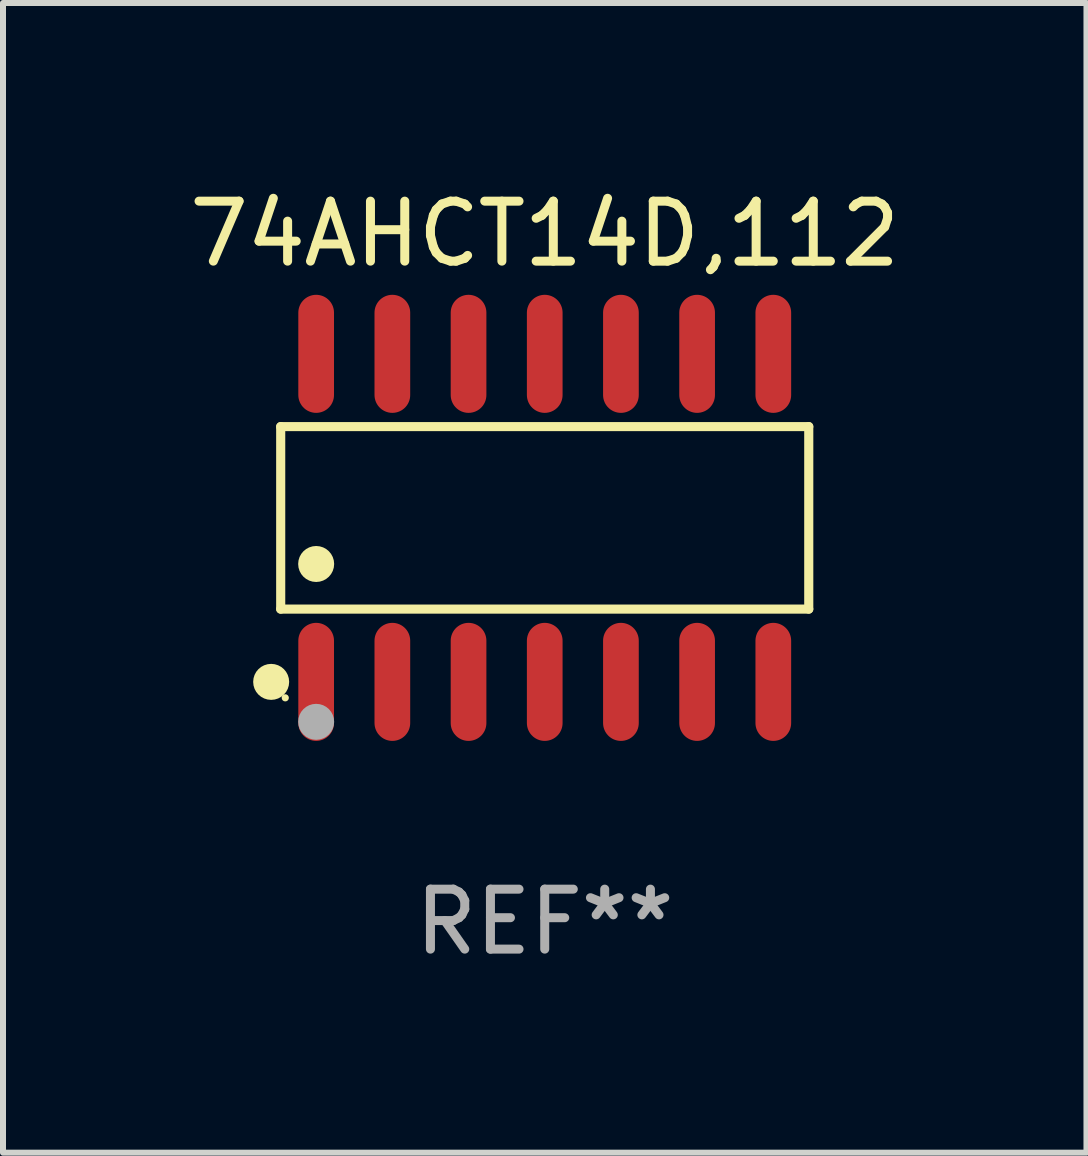
<source format=kicad_pcb>
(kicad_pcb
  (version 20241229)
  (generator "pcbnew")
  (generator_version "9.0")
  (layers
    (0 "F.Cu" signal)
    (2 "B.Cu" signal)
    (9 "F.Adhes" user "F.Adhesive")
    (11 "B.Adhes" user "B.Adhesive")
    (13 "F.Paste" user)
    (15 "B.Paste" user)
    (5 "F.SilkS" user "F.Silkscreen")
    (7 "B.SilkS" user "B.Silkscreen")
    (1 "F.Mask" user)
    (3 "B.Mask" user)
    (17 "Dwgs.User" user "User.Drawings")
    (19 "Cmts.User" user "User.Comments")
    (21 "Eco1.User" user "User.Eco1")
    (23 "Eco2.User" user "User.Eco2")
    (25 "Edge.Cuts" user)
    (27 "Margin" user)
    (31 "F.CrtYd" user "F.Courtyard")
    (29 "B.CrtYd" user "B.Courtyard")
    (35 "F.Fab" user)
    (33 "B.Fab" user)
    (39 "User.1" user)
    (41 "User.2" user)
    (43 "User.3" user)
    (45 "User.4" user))
  (footprint "74AHCT14D,112"
    (layer "F.Cu")
    (at 6.03 5.582)
    (property "Reference" "74AHCT14D,112" (at 0 -4.734 0) (layer "F.SilkS") (effects (font (size 1 1) (thickness 0.15))))
    (attr through_hole)
    (fp_line (start -4.401 -1.521) (end 4.401 -1.521) (stroke (width 0.152) (type solid)) (layer "F.SilkS"))
    (fp_line (start -4.401 1.521) (end -4.401 -1.521) (stroke (width 0.152) (type solid)) (layer "F.SilkS"))
    (fp_line (start 4.401 -1.521) (end 4.401 1.521) (stroke (width 0.152) (type solid)) (layer "F.SilkS"))
    (fp_line (start 4.401 1.521) (end -4.401 1.521) (stroke (width 0.152) (type solid)) (layer "F.SilkS"))
    (fp_circle (center -4.56 2.734) (end -4.41 2.734) (stroke (width 0.3) (type solid)) (fill no) (layer "F.SilkS"))
    (fp_circle (center -4.325 3) (end -4.295 3) (stroke (width 0.06) (type solid)) (fill no) (layer "F.SilkS"))
    (fp_circle (center -3.81 0.769) (end -3.66 0.769) (stroke (width 0.3) (type solid)) (fill no) (layer "F.SilkS"))
    (fp_circle (center -3.81 3.4) (end -3.66 3.4) (stroke (width 0.3) (type solid)) (fill no) (layer "F.Fab"))
    (fp_text user "REF**" (at 0 6.734 0) (layer "F.Fab") (effects (font (size 1 1) (thickness 0.15))))
    (pad "1" smd oval (at -3.81 2.734) (size 0.595 1.968) (layers "F.Cu" "F.Mask" "F.Paste"))
    (pad "2" smd oval (at -2.54 2.734) (size 0.595 1.968) (layers "F.Cu" "F.Mask" "F.Paste"))
    (pad "3" smd oval (at -1.27 2.734) (size 0.595 1.968) (layers "F.Cu" "F.Mask" "F.Paste"))
    (pad "4" smd oval (at 0 2.734) (size 0.595 1.968) (layers "F.Cu" "F.Mask" "F.Paste"))
    (pad "5" smd oval (at 1.27 2.734) (size 0.595 1.968) (layers "F.Cu" "F.Mask" "F.Paste"))
    (pad "6" smd oval (at 2.54 2.734) (size 0.595 1.968) (layers "F.Cu" "F.Mask" "F.Paste"))
    (pad "7" smd oval (at 3.81 2.734) (size 0.595 1.968) (layers "F.Cu" "F.Mask" "F.Paste"))
    (pad "8" smd oval (at 3.81 -2.734) (size 0.595 1.968) (layers "F.Cu" "F.Mask" "F.Paste"))
    (pad "9" smd oval (at 2.54 -2.734) (size 0.595 1.968) (layers "F.Cu" "F.Mask" "F.Paste"))
    (pad "10" smd oval (at 1.27 -2.734) (size 0.595 1.968) (layers "F.Cu" "F.Mask" "F.Paste"))
    (pad "11" smd oval (at 0 -2.734) (size 0.595 1.968) (layers "F.Cu" "F.Mask" "F.Paste"))
    (pad "12" smd oval (at -1.27 -2.734) (size 0.595 1.968) (layers "F.Cu" "F.Mask" "F.Paste"))
    (pad "13" smd oval (at -2.54 -2.734) (size 0.595 1.968) (layers "F.Cu" "F.Mask" "F.Paste"))
    (pad "14" smd oval (at -3.81 -2.734) (size 0.595 1.968) (layers "F.Cu" "F.Mask" "F.Paste")))
  (gr_rect
    (start -3 -3)
    (end 15.06 16.164)
    (stroke (width 0.1) (type default))
    (fill no)
    (layer "Edge.Cuts")))
</source>
